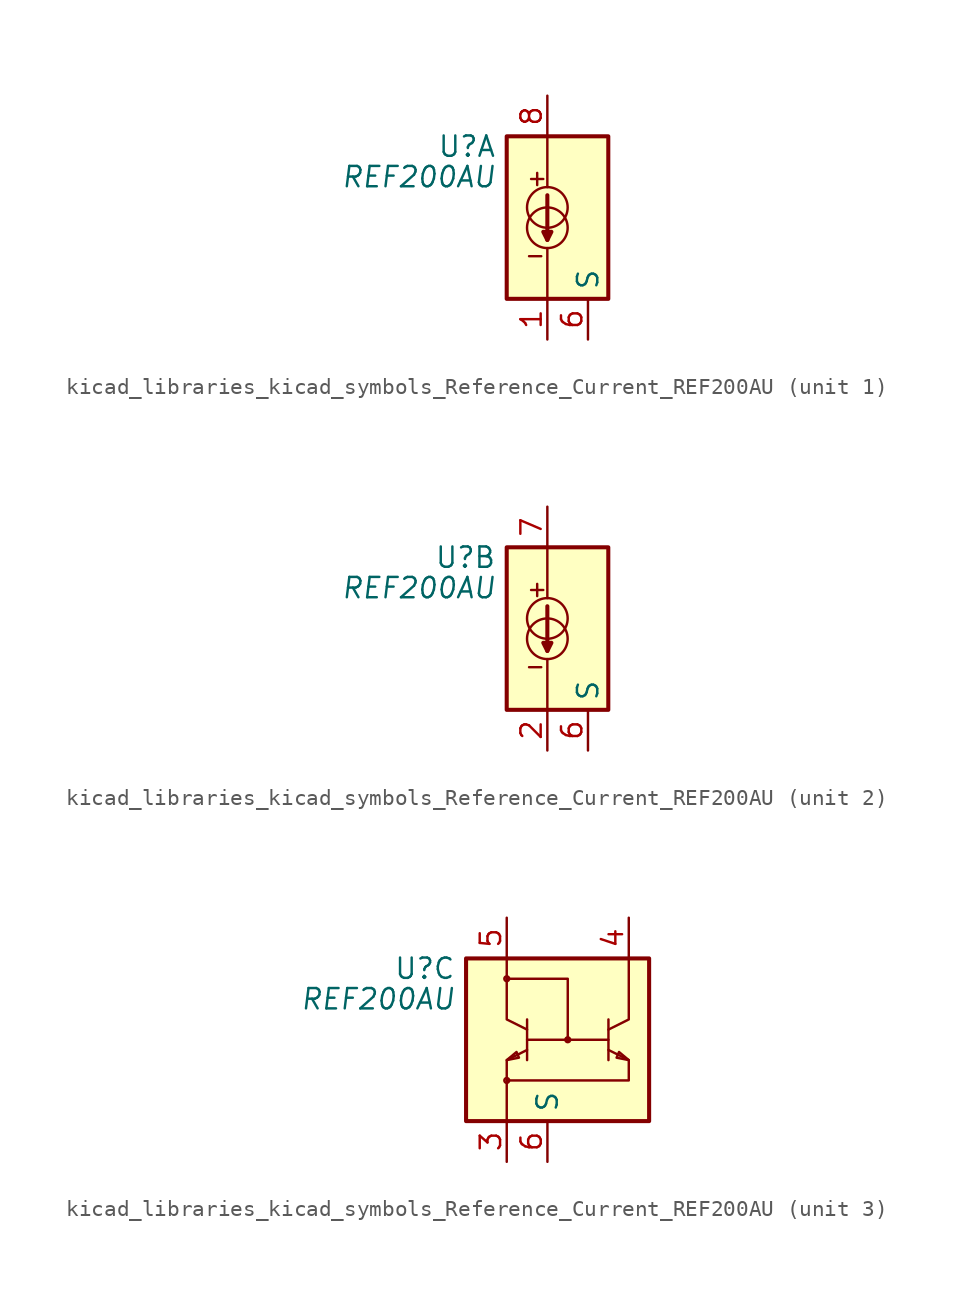
<source format=kicad_sym>
(kicad_symbol_lib
  (version 20220914)
  (generator kicad_symbol_editor)
  (symbol "kicad_libraries_kicad_symbols_Reference_Current_REF200AU"
    (property "Reference" "U"
      (at -3.175 4.445 0)
      (effects (font (size 1.27 1.27)) (justify right)))
    (property "Value" "REF200AU"
      (at -3.175 2.54 0)
      (effects (font (size 1.27 1.27) italic) (justify right)))
    (property "ki_locked" ""
      (at 0 0 0)
      (effects (font (size 1.27 1.27))))
    (symbol "kicad_libraries_kicad_symbols_Reference_Current_REF200AU_0_1"
      (pin passive line (at 2.54 -7.62 90) (length 2.54) (name "S" (effects (font (size 1.27 1.27)))) (number "6" (effects (font (size 1.27 1.27))))))
    (symbol "kicad_libraries_kicad_symbols_Reference_Current_REF200AU_1_1"
      (rectangle (start -2.54 5.08) (end 3.81 -5.08) (stroke (width 0.254) (type default)) (fill (type background)))
      (circle (center 0 -0.635) (radius 1.27) (stroke (width 0) (type default)) (fill (type none)))
      (polyline (pts (xy -1.143 -2.413) (xy -0.381 -2.413)) (stroke (width 0) (type default)) (fill (type none)))
      (polyline (pts (xy -1.016 2.413) (xy -0.254 2.413)) (stroke (width 0) (type default)) (fill (type none)))
      (polyline (pts (xy -0.635 2.794) (xy -0.635 2.032)) (stroke (width 0) (type default)) (fill (type none)))
      (polyline (pts (xy 0 -1.905) (xy 0 -5.08)) (stroke (width 0) (type default)) (fill (type none)))
      (polyline (pts (xy 0 1.397) (xy 0 -1.397)) (stroke (width 0.254) (type default)) (fill (type none)))
      (polyline (pts (xy 0 5.08) (xy 0 1.905)) (stroke (width 0) (type default)) (fill (type none)))
      (polyline (pts (xy 0 -1.397) (xy -0.254 -0.889) (xy 0.254 -0.889) (xy 0 -1.397)) (stroke (width 0.254) (type default)) (fill (type none)))
      (circle (center 0 0.635) (radius 1.27) (stroke (width 0) (type default)) (fill (type none)))
      (pin passive line (at 0 -7.62 90) (length 2.54) (name "~" (effects (font (size 1.27 1.27)))) (number "1" (effects (font (size 1.27 1.27)))))
      (pin passive line (at 0 7.62 270) (length 2.54) (name "~" (effects (font (size 1.27 1.27)))) (number "8" (effects (font (size 1.27 1.27))))))
    (symbol "kicad_libraries_kicad_symbols_Reference_Current_REF200AU_2_1"
      (rectangle (start -2.54 5.08) (end 3.81 -5.08) (stroke (width 0.254) (type default)) (fill (type background)))
      (circle (center 0 -0.635) (radius 1.27) (stroke (width 0) (type default)) (fill (type none)))
      (polyline (pts (xy -1.143 -2.413) (xy -0.381 -2.413)) (stroke (width 0) (type default)) (fill (type none)))
      (polyline (pts (xy -1.016 2.413) (xy -0.254 2.413)) (stroke (width 0) (type default)) (fill (type none)))
      (polyline (pts (xy -0.635 2.794) (xy -0.635 2.032)) (stroke (width 0) (type default)) (fill (type none)))
      (polyline (pts (xy 0 -1.905) (xy 0 -5.08)) (stroke (width 0) (type default)) (fill (type none)))
      (polyline (pts (xy 0 1.397) (xy 0 -1.397)) (stroke (width 0.254) (type default)) (fill (type none)))
      (polyline (pts (xy 0 5.08) (xy 0 1.905)) (stroke (width 0) (type default)) (fill (type none)))
      (polyline (pts (xy 0 -1.397) (xy -0.254 -0.889) (xy 0.254 -0.889) (xy 0 -1.397)) (stroke (width 0.254) (type default)) (fill (type none)))
      (circle (center 0 0.635) (radius 1.27) (stroke (width 0) (type default)) (fill (type none)))
      (pin passive line (at 0 -7.62 90) (length 2.54) (name "~" (effects (font (size 1.27 1.27)))) (number "2" (effects (font (size 1.27 1.27)))))
      (pin passive line (at 0 7.62 270) (length 2.54) (name "~" (effects (font (size 1.27 1.27)))) (number "7" (effects (font (size 1.27 1.27))))))
    (symbol "kicad_libraries_kicad_symbols_Reference_Current_REF200AU_3_1"
      (rectangle (start -2.54 5.08) (end 8.89 -5.08) (stroke (width 0.254) (type default)) (fill (type background)))
      (circle (center 0 -2.54) (radius 0.152) (stroke (width 0) (type default)) (fill (type none)))
      (polyline (pts (xy 0 3.81) (xy 0 5.08)) (stroke (width 0) (type default)) (fill (type none)))
      (polyline (pts (xy 1.27 -1.27) (xy 1.27 1.27)) (stroke (width 0) (type default)) (fill (type none)))
      (polyline (pts (xy 1.27 0) (xy 6.35 0)) (stroke (width 0) (type default)) (fill (type none)))
      (polyline (pts (xy 6.35 1.27) (xy 6.35 -1.27)) (stroke (width 0) (type default)) (fill (type none)))
      (polyline (pts (xy 0 -5.08) (xy 0 -1.27) (xy 1.27 -0.635)) (stroke (width 0) (type default)) (fill (type none)))
      (polyline (pts (xy 0 3.81) (xy 3.81 3.81) (xy 3.81 0)) (stroke (width 0) (type default)) (fill (type none)))
      (polyline (pts (xy 1.27 0.635) (xy 0 1.27) (xy 0 3.81)) (stroke (width 0) (type default)) (fill (type none)))
      (polyline (pts (xy 7.62 5.08) (xy 7.62 1.27) (xy 6.35 0.635)) (stroke (width 0) (type default)) (fill (type none)))
      (polyline (pts (xy 0 -1.27) (xy 0.61 -0.762) (xy 0.762 -1.118) (xy 0 -1.27)) (stroke (width 0) (type default)) (fill (type none)))
      (polyline (pts (xy 6.35 -0.635) (xy 7.62 -1.27) (xy 7.62 -2.54) (xy 0 -2.54)) (stroke (width 0) (type default)) (fill (type none)))
      (polyline (pts (xy 7.62 -1.27) (xy 7.01 -0.762) (xy 6.858 -1.118) (xy 7.62 -1.27)) (stroke (width 0) (type default)) (fill (type none)))
      (circle (center 0 3.81) (radius 0.152) (stroke (width 0) (type default)) (fill (type none)))
      (circle (center 3.81 0) (radius 0.152) (stroke (width 0) (type default)) (fill (type none)))
      (pin passive line (at 0 -7.62 90) (length 2.54) (name "~" (effects (font (size 1.27 1.27)))) (number "3" (effects (font (size 1.27 1.27)))))
      (pin passive line (at 7.62 7.62 270) (length 2.54) (name "~" (effects (font (size 1.27 1.27)))) (number "4" (effects (font (size 1.27 1.27)))))
      (pin passive line (at 0 7.62 270) (length 2.54) (name "~" (effects (font (size 1.27 1.27)))) (number "5" (effects (font (size 1.27 1.27))))))))
</source>
